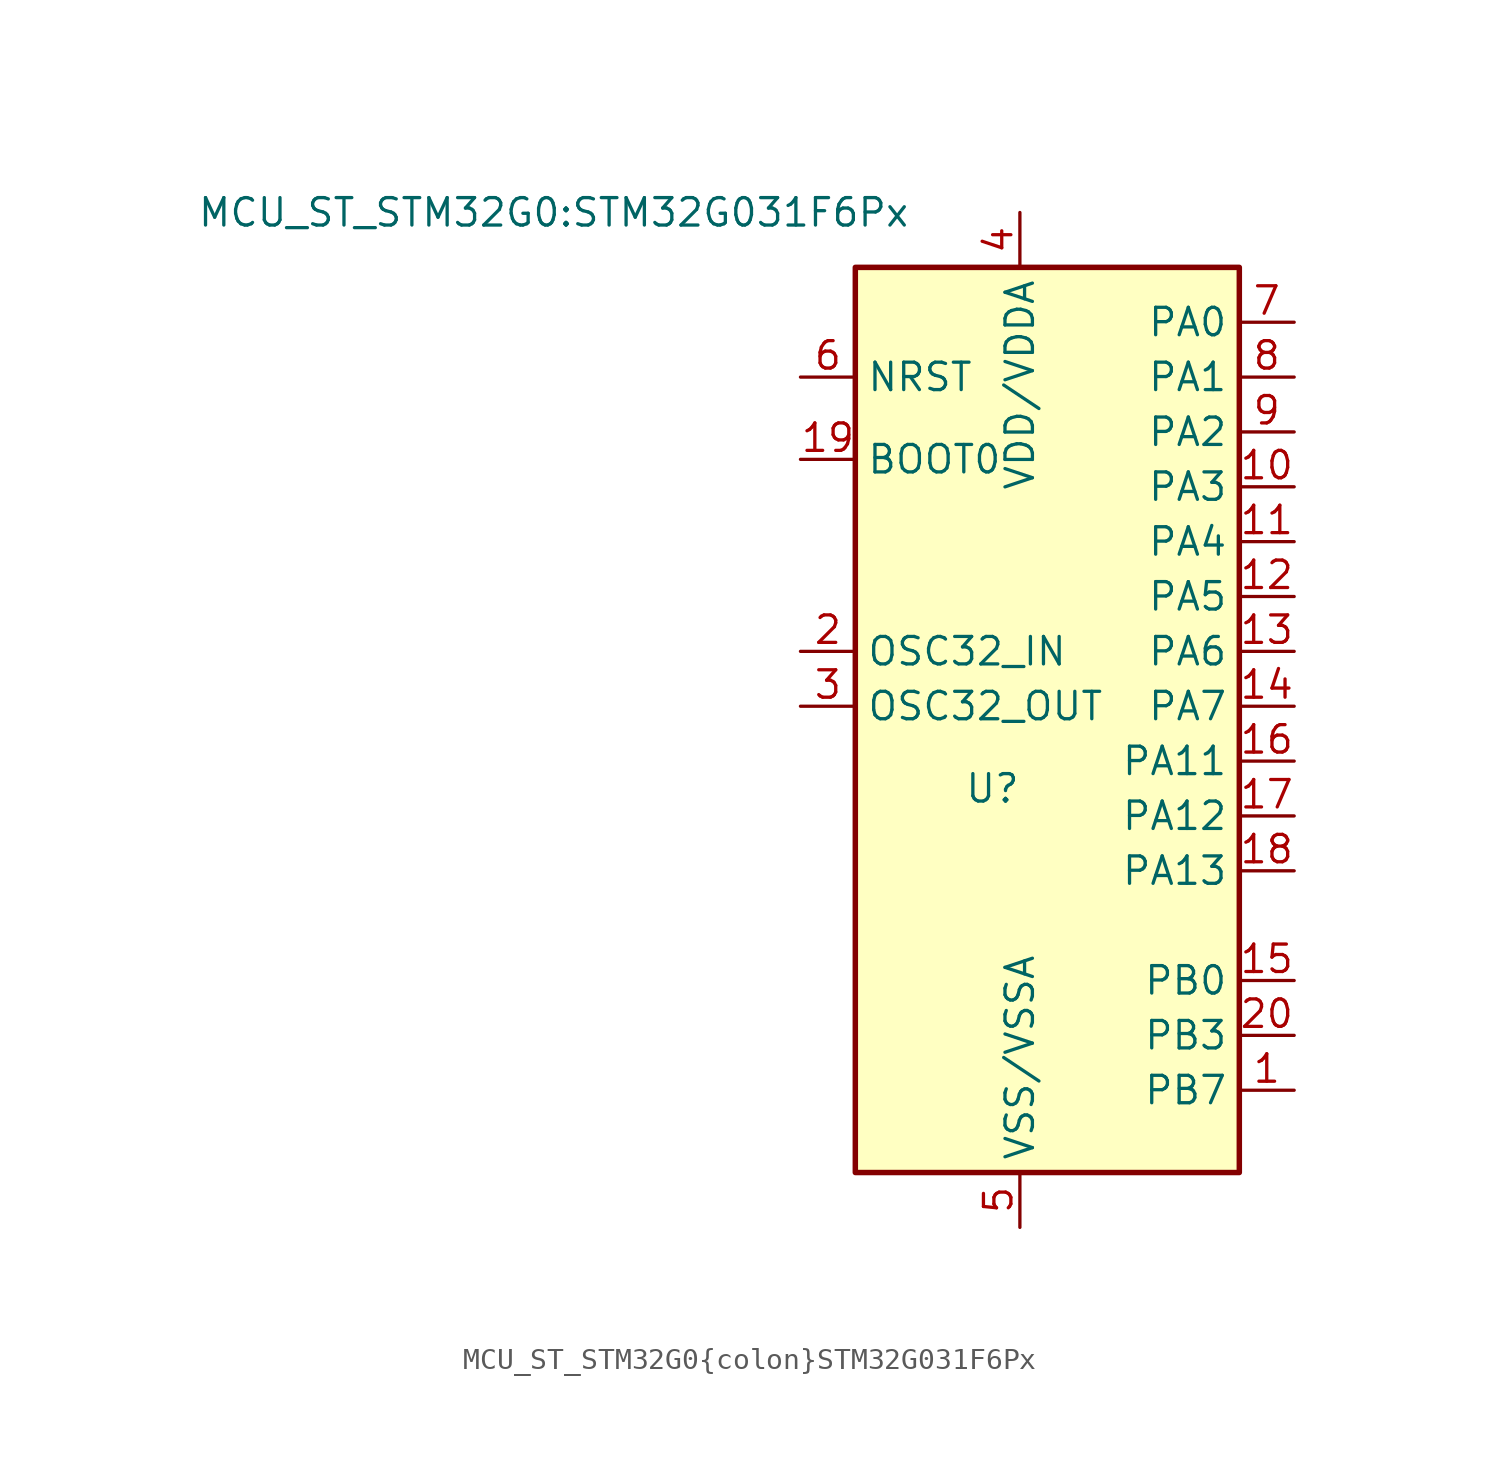
<source format=kicad_sym>
(kicad_symbol_lib
  (version 20211014)
  (generator kicad_symbol_editor)
  (symbol "MCU_ST_STM32G0{colon}STM32G031F6Px"
    (property "Reference" "U"
      (at 1.27 -7.62 0)
      (effects (font (size 1.27 1.27))))
    (property "Value" "MCU_ST_STM32G0{colon}STM32G031F6Px"
      (at -19.05 19.05 0)
      (effects (font (size 1.27 1.27))))
    (symbol "MCU_ST_STM32G0{colon}STM32G031F6Px_0_1"
      (rectangle (start -5.08 16.51) (end 12.7 -25.4) (stroke (width 0.254) (type default) (color 0 0 0 0)) (fill (type background))))
    (symbol "MCU_ST_STM32G0{colon}STM32G031F6Px_1_1"
      (pin bidirectional line (at 15.24 -21.59 180) (length 2.54) (name "PB7" (effects (font (size 1.27 1.27)))) (number "1" (effects (font (size 1.27 1.27)))))
      (pin bidirectional line (at 15.24 6.35 180) (length 2.54) (name "PA3" (effects (font (size 1.27 1.27)))) (number "10" (effects (font (size 1.27 1.27)))))
      (pin bidirectional line (at 15.24 3.81 180) (length 2.54) (name "PA4" (effects (font (size 1.27 1.27)))) (number "11" (effects (font (size 1.27 1.27)))))
      (pin bidirectional line (at 15.24 1.27 180) (length 2.54) (name "PA5" (effects (font (size 1.27 1.27)))) (number "12" (effects (font (size 1.27 1.27)))))
      (pin bidirectional line (at 15.24 -1.27 180) (length 2.54) (name "PA6" (effects (font (size 1.27 1.27)))) (number "13" (effects (font (size 1.27 1.27)))))
      (pin bidirectional line (at 15.24 -3.81 180) (length 2.54) (name "PA7" (effects (font (size 1.27 1.27)))) (number "14" (effects (font (size 1.27 1.27)))))
      (pin bidirectional line (at 15.24 -16.51 180) (length 2.54) (name "PB0" (effects (font (size 1.27 1.27)))) (number "15" (effects (font (size 1.27 1.27)))))
      (pin bidirectional line (at 15.24 -6.35 180) (length 2.54) (name "PA11" (effects (font (size 1.27 1.27)))) (number "16" (effects (font (size 1.27 1.27)))))
      (pin bidirectional line (at 15.24 -8.89 180) (length 2.54) (name "PA12" (effects (font (size 1.27 1.27)))) (number "17" (effects (font (size 1.27 1.27)))))
      (pin bidirectional line (at 15.24 -11.43 180) (length 2.54) (name "PA13" (effects (font (size 1.27 1.27)))) (number "18" (effects (font (size 1.27 1.27)))))
      (pin bidirectional line (at -7.62 7.62 0) (length 2.54) (name "BOOT0" (effects (font (size 1.27 1.27)))) (number "19" (effects (font (size 1.27 1.27)))))
      (pin bidirectional line (at -7.62 -1.27 0) (length 2.54) (name "OSC32_IN" (effects (font (size 1.27 1.27)))) (number "2" (effects (font (size 1.27 1.27)))))
      (pin bidirectional line (at 15.24 -19.05 180) (length 2.54) (name "PB3" (effects (font (size 1.27 1.27)))) (number "20" (effects (font (size 1.27 1.27)))))
      (pin bidirectional line (at -7.62 -3.81 0) (length 2.54) (name "OSC32_OUT" (effects (font (size 1.27 1.27)))) (number "3" (effects (font (size 1.27 1.27)))))
      (pin power_in line (at 2.54 19.05 270) (length 2.54) (name "VDD/VDDA" (effects (font (size 1.27 1.27)))) (number "4" (effects (font (size 1.27 1.27)))))
      (pin power_in line (at 2.54 -27.94 90) (length 2.54) (name "VSS/VSSA" (effects (font (size 1.27 1.27)))) (number "5" (effects (font (size 1.27 1.27)))))
      (pin bidirectional line (at -7.62 11.43 0) (length 2.54) (name "NRST" (effects (font (size 1.27 1.27)))) (number "6" (effects (font (size 1.27 1.27)))))
      (pin bidirectional line (at 15.24 13.97 180) (length 2.54) (name "PA0" (effects (font (size 1.27 1.27)))) (number "7" (effects (font (size 1.27 1.27)))))
      (pin bidirectional line (at 15.24 11.43 180) (length 2.54) (name "PA1" (effects (font (size 1.27 1.27)))) (number "8" (effects (font (size 1.27 1.27)))))
      (pin bidirectional line (at 15.24 8.89 180) (length 2.54) (name "PA2" (effects (font (size 1.27 1.27)))) (number "9" (effects (font (size 1.27 1.27))))))))
</source>
